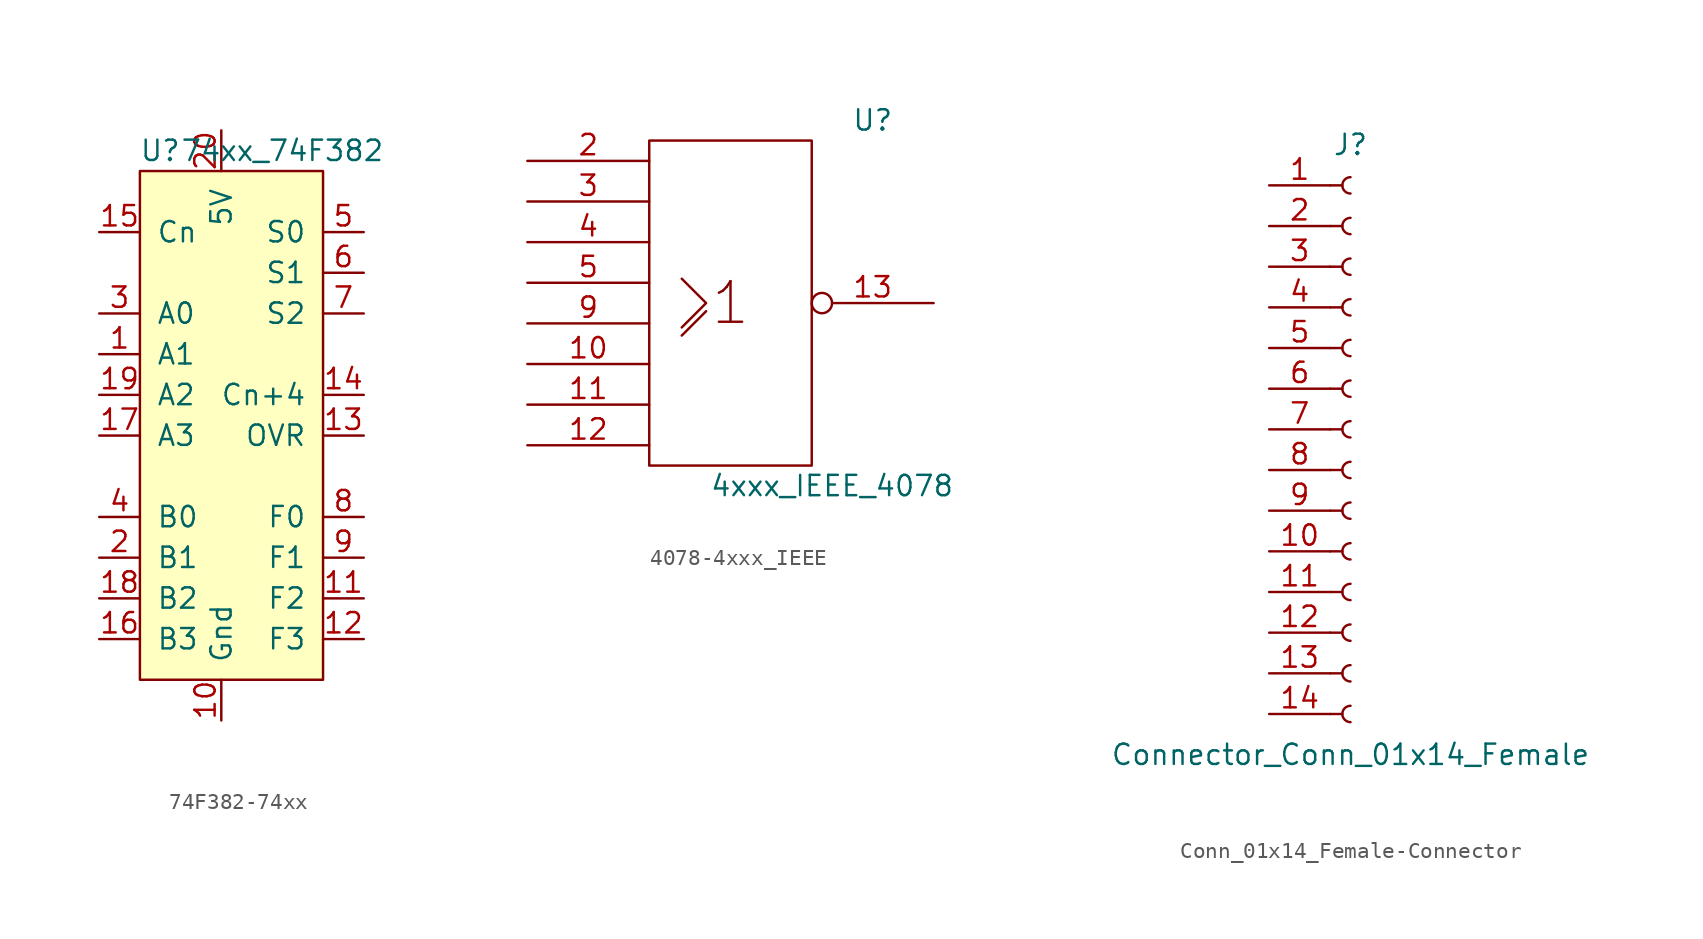
<source format=kicad_sym>
(kicad_symbol_lib
  (version 20241209)
  (generator "kicad_symbol_editor")
  (generator_version "9.0")
  (symbol "74F382-74xx"
    (pin_names
      (offset 1.016))
    (property "Reference" "U"
      (at -3.81 0 0)
      (effects (font (size 1.27 1.27))))
    (property "Value" "74xx_74F382"
      (at 3.81 0 0)
      (effects (font (size 1.27 1.27))))
    (symbol "74F382-74xx_0_0"
      (rectangle (start -5.08 -1.27) (end 6.35 -33.02) (stroke (width 0) (type solid)) (fill (type background))))
    (symbol "74F382-74xx_1_1"
      (pin input line (at -7.62 -5.08 0) (length 2.54) (name "Cn" (effects (font (size 1.27 1.27)))) (number "15" (effects (font (size 1.27 1.27)))))
      (pin input line (at -7.62 -10.16 0) (length 2.54) (name "A0" (effects (font (size 1.27 1.27)))) (number "3" (effects (font (size 1.27 1.27)))))
      (pin input line (at -7.62 -12.7 0) (length 2.54) (name "A1" (effects (font (size 1.27 1.27)))) (number "1" (effects (font (size 1.27 1.27)))))
      (pin input line (at -7.62 -15.24 0) (length 2.54) (name "A2" (effects (font (size 1.27 1.27)))) (number "19" (effects (font (size 1.27 1.27)))))
      (pin input line (at -7.62 -17.78 0) (length 2.54) (name "A3" (effects (font (size 1.27 1.27)))) (number "17" (effects (font (size 1.27 1.27)))))
      (pin input line (at -7.62 -22.86 0) (length 2.54) (name "B0" (effects (font (size 1.27 1.27)))) (number "4" (effects (font (size 1.27 1.27)))))
      (pin input line (at -7.62 -25.4 0) (length 2.54) (name "B1" (effects (font (size 1.27 1.27)))) (number "2" (effects (font (size 1.27 1.27)))))
      (pin input line (at -7.62 -27.94 0) (length 2.54) (name "B2" (effects (font (size 1.27 1.27)))) (number "18" (effects (font (size 1.27 1.27)))))
      (pin input line (at -7.62 -30.48 0) (length 2.54) (name "B3" (effects (font (size 1.27 1.27)))) (number "16" (effects (font (size 1.27 1.27)))))
      (pin input line (at 0 1.27 270) (length 2.54) (name "5V" (effects (font (size 1.27 1.27)))) (number "20" (effects (font (size 1.27 1.27)))))
      (pin input line (at 0 -35.56 90) (length 2.54) (name "Gnd" (effects (font (size 1.27 1.27)))) (number "10" (effects (font (size 1.27 1.27)))))
      (pin input line (at 8.89 -5.08 180) (length 2.54) (name "S0" (effects (font (size 1.27 1.27)))) (number "5" (effects (font (size 1.27 1.27)))))
      (pin input line (at 8.89 -7.62 180) (length 2.54) (name "S1" (effects (font (size 1.27 1.27)))) (number "6" (effects (font (size 1.27 1.27)))))
      (pin input line (at 8.89 -10.16 180) (length 2.54) (name "S2" (effects (font (size 1.27 1.27)))) (number "7" (effects (font (size 1.27 1.27)))))
      (pin output line (at 8.89 -15.24 180) (length 2.54) (name "Cn+4" (effects (font (size 1.27 1.27)))) (number "14" (effects (font (size 1.27 1.27)))))
      (pin output line (at 8.89 -17.78 180) (length 2.54) (name "OVR" (effects (font (size 1.27 1.27)))) (number "13" (effects (font (size 1.27 1.27)))))
      (pin output line (at 8.89 -22.86 180) (length 2.54) (name "F0" (effects (font (size 1.27 1.27)))) (number "8" (effects (font (size 1.27 1.27)))))
      (pin output line (at 8.89 -25.4 180) (length 2.54) (name "F1" (effects (font (size 1.27 1.27)))) (number "9" (effects (font (size 1.27 1.27)))))
      (pin output line (at 8.89 -27.94 180) (length 2.54) (name "F2" (effects (font (size 1.27 1.27)))) (number "11" (effects (font (size 1.27 1.27)))))
      (pin output line (at 8.89 -30.48 180) (length 2.54) (name "F3" (effects (font (size 1.27 1.27)))) (number "12" (effects (font (size 1.27 1.27)))))))
  (symbol "4078-4xxx_IEEE"
    (pin_names
      (offset 0.762))
    (property "Reference" "U"
      (at 8.89 11.43 0)
      (effects (font (size 1.27 1.27))))
    (property "Value" "4xxx_IEEE_4078"
      (at 6.35 -11.43 0)
      (effects (font (size 1.27 1.27))))
    (symbol "4078-4xxx_IEEE_0_0"
      (rectangle (start -5.08 10.16) (end 5.08 -10.16) (stroke (width 0) (type solid)) (fill (type none)))
      (polyline (pts (xy -3.048 1.524) (xy -1.524 0) (xy -3.048 -1.524) (xy -3.048 -1.524)) (stroke (width 0) (type solid)) (fill (type none)))
      (polyline (pts (xy -3.048 -2.032) (xy -1.524 -0.508) (xy -1.524 -0.508)) (stroke (width 0) (type solid)) (fill (type none)))
      (text "1" (at 0 0 0) (effects (font (size 2.54 2.54))))
      (pin power_in line (at 0 10.16 270) (length 0) (hide yes) (name "Vdd" (effects (font (size 1.016 1.016)))) (number "14" (effects (font (size 1.27 1.27)))))
      (pin power_in line (at 0 -10.16 90) (length 0) (hide yes) (name "Vss" (effects (font (size 1.016 1.016)))) (number "7" (effects (font (size 1.27 1.27))))))
    (symbol "4078-4xxx_IEEE_1_1"
      (pin input line (at -12.7 8.89 0) (length 7.62) (name "~" (effects (font (size 1.27 1.27)))) (number "2" (effects (font (size 1.27 1.27)))))
      (pin input line (at -12.7 6.35 0) (length 7.62) (name "~" (effects (font (size 1.27 1.27)))) (number "3" (effects (font (size 1.27 1.27)))))
      (pin input line (at -12.7 3.81 0) (length 7.62) (name "~" (effects (font (size 1.27 1.27)))) (number "4" (effects (font (size 1.27 1.27)))))
      (pin output line (at -12.7 1.27 0) (length 7.62) (name "~" (effects (font (size 1.27 1.27)))) (number "5" (effects (font (size 1.27 1.27)))))
      (pin output line (at -12.7 -1.27 0) (length 7.62) (name "~" (effects (font (size 1.27 1.27)))) (number "9" (effects (font (size 1.27 1.27)))))
      (pin output line (at -12.7 -3.81 0) (length 7.62) (name "~" (effects (font (size 1.27 1.27)))) (number "10" (effects (font (size 1.27 1.27)))))
      (pin output line (at -12.7 -6.35 0) (length 7.62) (name "~" (effects (font (size 1.27 1.27)))) (number "11" (effects (font (size 1.27 1.27)))))
      (pin power_in line (at -12.7 -8.89 0) (length 7.62) (name "~" (effects (font (size 1.016 1.016)))) (number "12" (effects (font (size 1.27 1.27)))))
      (pin output inverted (at 12.7 0 180) (length 7.62) (name "~" (effects (font (size 1.27 1.27)))) (number "13" (effects (font (size 1.27 1.27)))))))
  (symbol "Conn_01x14_Female-Connector"
    (pin_names
      (offset 1.016)
      (hide yes))
    (property "Reference" "J"
      (at 0 17.78 0)
      (effects (font (size 1.27 1.27))))
    (property "Value" "Connector_Conn_01x14_Female"
      (at 0 -20.32 0)
      (effects (font (size 1.27 1.27))))
    (symbol "Conn_01x14_Female-Connector_1_1"
      (polyline (pts (xy -1.27 15.24) (xy -0.508 15.24)) (stroke (width 0.152) (type solid)) (fill (type none)))
      (polyline (pts (xy -1.27 12.7) (xy -0.508 12.7)) (stroke (width 0.152) (type solid)) (fill (type none)))
      (polyline (pts (xy -1.27 10.16) (xy -0.508 10.16)) (stroke (width 0.152) (type solid)) (fill (type none)))
      (polyline (pts (xy -1.27 7.62) (xy -0.508 7.62)) (stroke (width 0.152) (type solid)) (fill (type none)))
      (polyline (pts (xy -1.27 5.08) (xy -0.508 5.08)) (stroke (width 0.152) (type solid)) (fill (type none)))
      (polyline (pts (xy -1.27 2.54) (xy -0.508 2.54)) (stroke (width 0.152) (type solid)) (fill (type none)))
      (polyline (pts (xy -1.27 0) (xy -0.508 0)) (stroke (width 0.152) (type solid)) (fill (type none)))
      (polyline (pts (xy -1.27 -2.54) (xy -0.508 -2.54)) (stroke (width 0.152) (type solid)) (fill (type none)))
      (polyline (pts (xy -1.27 -5.08) (xy -0.508 -5.08)) (stroke (width 0.152) (type solid)) (fill (type none)))
      (polyline (pts (xy -1.27 -7.62) (xy -0.508 -7.62)) (stroke (width 0.152) (type solid)) (fill (type none)))
      (polyline (pts (xy -1.27 -10.16) (xy -0.508 -10.16)) (stroke (width 0.152) (type solid)) (fill (type none)))
      (polyline (pts (xy -1.27 -12.7) (xy -0.508 -12.7)) (stroke (width 0.152) (type solid)) (fill (type none)))
      (polyline (pts (xy -1.27 -15.24) (xy -0.508 -15.24)) (stroke (width 0.152) (type solid)) (fill (type none)))
      (polyline (pts (xy -1.27 -17.78) (xy -0.508 -17.78)) (stroke (width 0.152) (type solid)) (fill (type none)))
      (arc (start 0 14.732) (mid -0.508 15.24) (end 0 15.748) (stroke (width 0.1524) (type solid)) (fill (type none)))
      (arc (start 0 12.192) (mid -0.508 12.7) (end 0 13.208) (stroke (width 0.1524) (type solid)) (fill (type none)))
      (arc (start 0 9.652) (mid -0.508 10.16) (end 0 10.668) (stroke (width 0.1524) (type solid)) (fill (type none)))
      (arc (start 0 7.112) (mid -0.508 7.62) (end 0 8.128) (stroke (width 0.1524) (type solid)) (fill (type none)))
      (arc (start 0 4.572) (mid -0.508 5.08) (end 0 5.588) (stroke (width 0.1524) (type solid)) (fill (type none)))
      (arc (start 0 2.032) (mid -0.508 2.54) (end 0 3.048) (stroke (width 0.1524) (type solid)) (fill (type none)))
      (arc (start 0 -0.508) (mid -0.508 0) (end 0 0.508) (stroke (width 0.1524) (type solid)) (fill (type none)))
      (arc (start 0 -3.048) (mid -0.508 -2.54) (end 0 -2.032) (stroke (width 0.1524) (type solid)) (fill (type none)))
      (arc (start 0 -5.588) (mid -0.508 -5.08) (end 0 -4.572) (stroke (width 0.1524) (type solid)) (fill (type none)))
      (arc (start 0 -8.128) (mid -0.508 -7.62) (end 0 -7.112) (stroke (width 0.1524) (type solid)) (fill (type none)))
      (arc (start 0 -10.668) (mid -0.508 -10.16) (end 0 -9.652) (stroke (width 0.1524) (type solid)) (fill (type none)))
      (arc (start 0 -13.208) (mid -0.508 -12.7) (end 0 -12.192) (stroke (width 0.1524) (type solid)) (fill (type none)))
      (arc (start 0 -15.748) (mid -0.508 -15.24) (end 0 -14.732) (stroke (width 0.1524) (type solid)) (fill (type none)))
      (arc (start 0 -18.288) (mid -0.508 -17.78) (end 0 -17.272) (stroke (width 0.1524) (type solid)) (fill (type none)))
      (pin passive line (at -5.08 15.24 0) (length 3.81) (name "Pin_1" (effects (font (size 1.27 1.27)))) (number "1" (effects (font (size 1.27 1.27)))))
      (pin passive line (at -5.08 12.7 0) (length 3.81) (name "Pin_2" (effects (font (size 1.27 1.27)))) (number "2" (effects (font (size 1.27 1.27)))))
      (pin passive line (at -5.08 10.16 0) (length 3.81) (name "Pin_3" (effects (font (size 1.27 1.27)))) (number "3" (effects (font (size 1.27 1.27)))))
      (pin passive line (at -5.08 7.62 0) (length 3.81) (name "Pin_4" (effects (font (size 1.27 1.27)))) (number "4" (effects (font (size 1.27 1.27)))))
      (pin passive line (at -5.08 5.08 0) (length 3.81) (name "Pin_5" (effects (font (size 1.27 1.27)))) (number "5" (effects (font (size 1.27 1.27)))))
      (pin passive line (at -5.08 2.54 0) (length 3.81) (name "Pin_6" (effects (font (size 1.27 1.27)))) (number "6" (effects (font (size 1.27 1.27)))))
      (pin passive line (at -5.08 0 0) (length 3.81) (name "Pin_7" (effects (font (size 1.27 1.27)))) (number "7" (effects (font (size 1.27 1.27)))))
      (pin passive line (at -5.08 -2.54 0) (length 3.81) (name "Pin_8" (effects (font (size 1.27 1.27)))) (number "8" (effects (font (size 1.27 1.27)))))
      (pin passive line (at -5.08 -5.08 0) (length 3.81) (name "Pin_9" (effects (font (size 1.27 1.27)))) (number "9" (effects (font (size 1.27 1.27)))))
      (pin passive line (at -5.08 -7.62 0) (length 3.81) (name "Pin_10" (effects (font (size 1.27 1.27)))) (number "10" (effects (font (size 1.27 1.27)))))
      (pin passive line (at -5.08 -10.16 0) (length 3.81) (name "Pin_11" (effects (font (size 1.27 1.27)))) (number "11" (effects (font (size 1.27 1.27)))))
      (pin passive line (at -5.08 -12.7 0) (length 3.81) (name "Pin_12" (effects (font (size 1.27 1.27)))) (number "12" (effects (font (size 1.27 1.27)))))
      (pin passive line (at -5.08 -15.24 0) (length 3.81) (name "Pin_13" (effects (font (size 1.27 1.27)))) (number "13" (effects (font (size 1.27 1.27)))))
      (pin passive line (at -5.08 -17.78 0) (length 3.81) (name "Pin_14" (effects (font (size 1.27 1.27)))) (number "14" (effects (font (size 1.27 1.27))))))))
</source>
